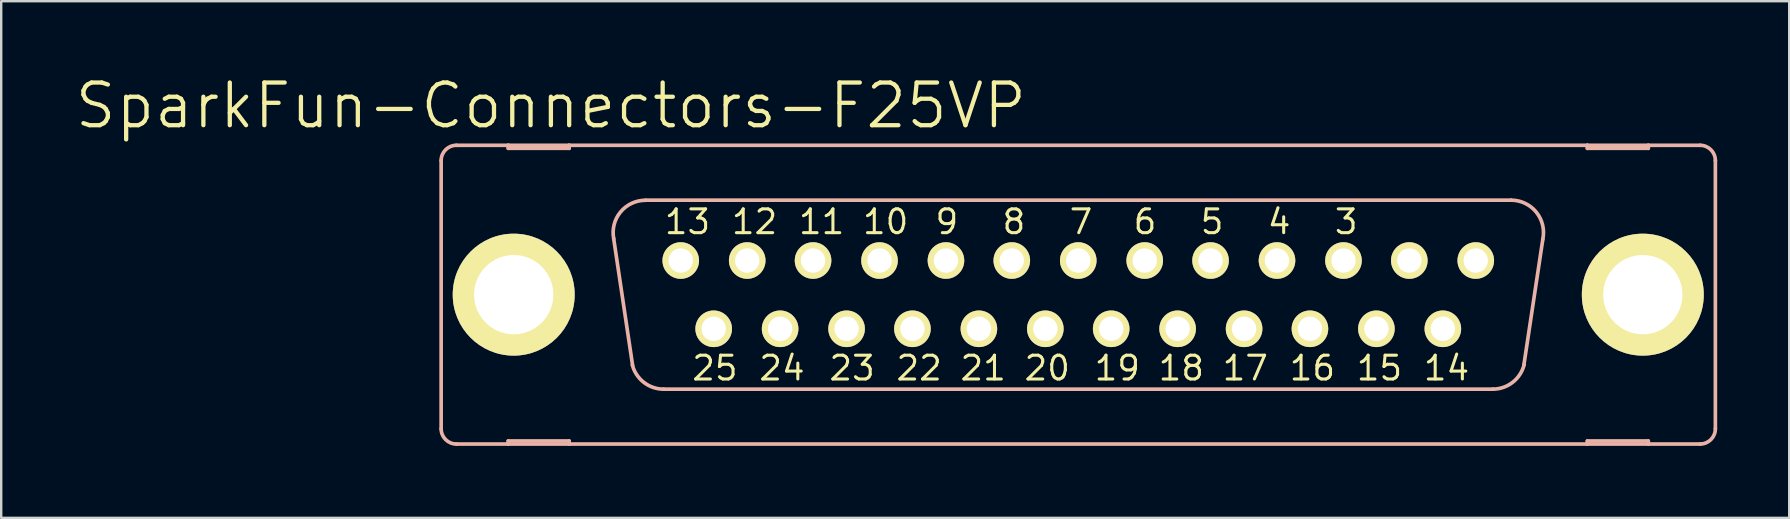
<source format=kicad_pcb>
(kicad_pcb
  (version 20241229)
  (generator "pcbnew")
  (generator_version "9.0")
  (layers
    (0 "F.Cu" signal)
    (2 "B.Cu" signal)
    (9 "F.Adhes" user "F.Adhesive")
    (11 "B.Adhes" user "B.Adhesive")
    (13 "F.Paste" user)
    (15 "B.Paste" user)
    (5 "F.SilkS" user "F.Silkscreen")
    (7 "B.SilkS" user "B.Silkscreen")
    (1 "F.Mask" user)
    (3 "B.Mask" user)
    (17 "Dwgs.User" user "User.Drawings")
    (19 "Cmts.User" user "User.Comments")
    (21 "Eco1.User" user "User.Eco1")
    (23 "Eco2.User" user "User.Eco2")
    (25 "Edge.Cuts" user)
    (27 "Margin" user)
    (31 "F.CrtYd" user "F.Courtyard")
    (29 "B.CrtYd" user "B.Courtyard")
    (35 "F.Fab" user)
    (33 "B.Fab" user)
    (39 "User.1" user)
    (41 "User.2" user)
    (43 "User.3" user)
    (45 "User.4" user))
  (footprint "SparkFun-Connectors-F25VP"
    (layer "F.Cu")
    (at 41.872 9.226)
    (property "Reference" "SparkFun-Connectors-F25VP" (at -21.971 -7.874 0) (layer "F.SilkS") (effects (font (size 1.778 1.778) (thickness 0.178))))
    (attr exclude_from_pos_files exclude_from_bom)
    (fp_circle (center -16.561 -1.422) (end -16.942 -1.803) (stroke (width 0.127) (type solid)) (fill no) (layer "F.SilkS"))
    (fp_circle (center -15.189 1.422) (end -15.57 1.803) (stroke (width 0.127) (type solid)) (fill no) (layer "F.SilkS"))
    (fp_circle (center -13.792 -1.422) (end -14.173 -1.803) (stroke (width 0.127) (type solid)) (fill no) (layer "F.SilkS"))
    (fp_circle (center -12.421 1.422) (end -12.802 1.803) (stroke (width 0.127) (type solid)) (fill no) (layer "F.SilkS"))
    (fp_circle (center -11.049 -1.422) (end -11.43 -1.803) (stroke (width 0.127) (type solid)) (fill no) (layer "F.SilkS"))
    (fp_circle (center -9.652 1.422) (end -10.033 1.803) (stroke (width 0.127) (type solid)) (fill no) (layer "F.SilkS"))
    (fp_circle (center -8.28 -1.422) (end -8.661 -1.803) (stroke (width 0.127) (type solid)) (fill no) (layer "F.SilkS"))
    (fp_circle (center -6.909 1.422) (end -7.29 1.803) (stroke (width 0.127) (type solid)) (fill no) (layer "F.SilkS"))
    (fp_circle (center -5.512 -1.422) (end -5.893 -1.803) (stroke (width 0.127) (type solid)) (fill no) (layer "F.SilkS"))
    (fp_circle (center -4.14 1.422) (end -4.521 1.803) (stroke (width 0.127) (type solid)) (fill no) (layer "F.SilkS"))
    (fp_circle (center -2.769 -1.422) (end -3.15 -1.803) (stroke (width 0.127) (type solid)) (fill no) (layer "F.SilkS"))
    (fp_circle (center -1.372 1.422) (end -1.753 1.803) (stroke (width 0.127) (type solid)) (fill no) (layer "F.SilkS"))
    (fp_circle (center 0 -1.422) (end -0.381 -1.803) (stroke (width 0.127) (type solid)) (fill no) (layer "F.SilkS"))
    (fp_circle (center 1.372 1.422) (end 1.753 1.803) (stroke (width 0.127) (type solid)) (fill no) (layer "F.SilkS"))
    (fp_circle (center 2.769 -1.422) (end 3.15 -1.803) (stroke (width 0.127) (type solid)) (fill no) (layer "F.SilkS"))
    (fp_circle (center 4.14 1.422) (end 4.521 1.803) (stroke (width 0.127) (type solid)) (fill no) (layer "F.SilkS"))
    (fp_circle (center 5.512 -1.422) (end 5.893 -1.803) (stroke (width 0.127) (type solid)) (fill no) (layer "F.SilkS"))
    (fp_circle (center 6.909 1.422) (end 7.29 1.803) (stroke (width 0.127) (type solid)) (fill no) (layer "F.SilkS"))
    (fp_circle (center 8.28 -1.422) (end 8.661 -1.803) (stroke (width 0.127) (type solid)) (fill no) (layer "F.SilkS"))
    (fp_circle (center 9.652 1.422) (end 10.033 1.803) (stroke (width 0.127) (type solid)) (fill no) (layer "F.SilkS"))
    (fp_circle (center 11.049 -1.422) (end 11.43 -1.803) (stroke (width 0.127) (type solid)) (fill no) (layer "F.SilkS"))
    (fp_circle (center 12.421 1.422) (end 12.802 1.803) (stroke (width 0.127) (type solid)) (fill no) (layer "F.SilkS"))
    (fp_circle (center 13.792 -1.422) (end 14.173 -1.803) (stroke (width 0.127) (type solid)) (fill no) (layer "F.SilkS"))
    (fp_circle (center 15.189 1.422) (end 15.57 1.803) (stroke (width 0.127) (type solid)) (fill no) (layer "F.SilkS"))
    (fp_circle (center 16.561 -1.422) (end 16.942 -1.803) (stroke (width 0.127) (type solid)) (fill no) (layer "F.SilkS"))
    (fp_line (start -26.543 -5.588) (end -26.543 5.588) (stroke (width 0.152) (type solid)) (layer "B.SilkS"))
    (fp_line (start -25.908 6.223) (end -23.749 6.223) (stroke (width 0.152) (type solid)) (layer "B.SilkS"))
    (fp_line (start -23.749 -6.223) (end -25.908 -6.223) (stroke (width 0.152) (type solid)) (layer "B.SilkS"))
    (fp_line (start -23.749 -6.223) (end -23.749 -6.096) (stroke (width 0.152) (type solid)) (layer "B.SilkS"))
    (fp_line (start -23.749 -6.096) (end -21.209 -6.096) (stroke (width 0.152) (type solid)) (layer "B.SilkS"))
    (fp_line (start -23.749 6.096) (end -21.209 6.096) (stroke (width 0.152) (type solid)) (layer "B.SilkS"))
    (fp_line (start -23.749 6.223) (end -23.749 6.096) (stroke (width 0.152) (type solid)) (layer "B.SilkS"))
    (fp_line (start -23.749 6.223) (end -21.209 6.223) (stroke (width 0.152) (type solid)) (layer "B.SilkS"))
    (fp_line (start -21.209 -6.223) (end -23.749 -6.223) (stroke (width 0.152) (type solid)) (layer "B.SilkS"))
    (fp_line (start -21.209 -6.096) (end -21.209 -6.223) (stroke (width 0.152) (type solid)) (layer "B.SilkS"))
    (fp_line (start -21.209 6.096) (end -21.209 6.223) (stroke (width 0.152) (type solid)) (layer "B.SilkS"))
    (fp_line (start -21.209 6.223) (end 21.209 6.223) (stroke (width 0.152) (type solid)) (layer "B.SilkS"))
    (fp_line (start -18.567 2.946) (end -19.355 -2.337) (stroke (width 0.152) (type solid)) (layer "B.SilkS"))
    (fp_line (start -18.034 -3.937) (end 18.034 -3.937) (stroke (width 0.152) (type solid)) (layer "B.SilkS"))
    (fp_line (start -17.272 3.937) (end 17.272 3.937) (stroke (width 0.152) (type solid)) (layer "B.SilkS"))
    (fp_line (start 19.355 -2.311) (end 18.567 2.921) (stroke (width 0.152) (type solid)) (layer "B.SilkS"))
    (fp_line (start 21.209 -6.223) (end -21.209 -6.223) (stroke (width 0.152) (type solid)) (layer "B.SilkS"))
    (fp_line (start 21.209 -6.223) (end 21.209 -6.096) (stroke (width 0.152) (type solid)) (layer "B.SilkS"))
    (fp_line (start 21.209 -6.096) (end 23.749 -6.096) (stroke (width 0.152) (type solid)) (layer "B.SilkS"))
    (fp_line (start 21.209 6.096) (end 23.749 6.096) (stroke (width 0.152) (type solid)) (layer "B.SilkS"))
    (fp_line (start 21.209 6.223) (end 21.209 6.096) (stroke (width 0.152) (type solid)) (layer "B.SilkS"))
    (fp_line (start 21.209 6.223) (end 23.749 6.223) (stroke (width 0.152) (type solid)) (layer "B.SilkS"))
    (fp_line (start 23.749 -6.223) (end 21.209 -6.223) (stroke (width 0.152) (type solid)) (layer "B.SilkS"))
    (fp_line (start 23.749 -6.096) (end 23.749 -6.223) (stroke (width 0.152) (type solid)) (layer "B.SilkS"))
    (fp_line (start 23.749 6.096) (end 23.749 6.223) (stroke (width 0.152) (type solid)) (layer "B.SilkS"))
    (fp_line (start 23.749 6.223) (end 25.908 6.223) (stroke (width 0.152) (type solid)) (layer "B.SilkS"))
    (fp_line (start 25.908 -6.223) (end 23.749 -6.223) (stroke (width 0.152) (type solid)) (layer "B.SilkS"))
    (fp_line (start 26.543 -5.588) (end 26.543 5.588) (stroke (width 0.152) (type solid)) (layer "B.SilkS"))
    (fp_arc (start -26.543 -5.588) (mid -26.357013 -6.037013) (end -25.908 -6.223) (stroke (width 0.1524) (type solid)) (layer "B.SilkS"))
    (fp_arc (start -25.908 6.223) (mid -26.357013 6.037013) (end -26.543 5.588) (stroke (width 0.1524) (type solid)) (layer "B.SilkS"))
    (fp_arc (start -19.35226 -2.32664) (mid -19.072158 -3.441772) (end -18.03224 -3.932229) (stroke (width 0.1524) (type solid)) (layer "B.SilkS"))
    (fp_arc (start -17.272 3.937) (mid -18.096791 3.655415) (end -18.577188 2.928236) (stroke (width 0.1524) (type solid)) (layer "B.SilkS"))
    (fp_arc (start 18.034 -3.937) (mid 19.083648 -3.435219) (end 19.35228 -2.303238) (stroke (width 0.1524) (type solid)) (layer "B.SilkS"))
    (fp_arc (start 18.5801 2.90322) (mid 18.104662 3.646284) (end 17.271518 3.936211) (stroke (width 0.1524) (type solid)) (layer "B.SilkS"))
    (fp_arc (start 25.908 -6.223) (mid 26.357013 -6.037013) (end 26.543 -5.588) (stroke (width 0.1524) (type solid)) (layer "B.SilkS"))
    (fp_arc (start 26.543 5.588) (mid 26.357013 6.037013) (end 25.908 6.223) (stroke (width 0.1524) (type solid)) (layer "B.SilkS"))
    (fp_circle (center -23.52 0) (end -24.346 0.826) (stroke (width 0.076) (type solid)) (fill no) (layer "B.SilkS"))
    (fp_circle (center 23.52 0) (end 24.346 0.826) (stroke (width 0.076) (type solid)) (fill no) (layer "B.SilkS"))
    (fp_text user "16" (at 9.754 3.061 0) (layer "F.SilkS") (effects (font (size 0.991 0.991) (thickness 0.127))))
    (fp_text user "19" (at 1.626 3.061 0) (layer "F.SilkS") (effects (font (size 0.991 0.991) (thickness 0.127))))
    (fp_text user "10" (at -8.026 -3.035 0) (layer "F.SilkS") (effects (font (size 0.991 0.991) (thickness 0.127))))
    (fp_text user "8" (at -2.68 -3.035 0) (layer "F.SilkS") (effects (font (size 0.991 0.991) (thickness 0.127))))
    (fp_text user "15" (at 12.548 3.061 0) (layer "F.SilkS") (effects (font (size 0.991 0.991) (thickness 0.127))))
    (fp_text user "20" (at -1.293 3.061 0) (layer "F.SilkS") (effects (font (size 0.991 0.991) (thickness 0.127))))
    (fp_text user "23" (at -9.423 3.061 0) (layer "F.SilkS") (effects (font (size 0.991 0.991) (thickness 0.127))))
    (fp_text user "17" (at 6.96 3.061 0) (layer "F.SilkS") (effects (font (size 0.991 0.991) (thickness 0.127))))
    (fp_text user "12" (at -13.487 -3.035 0) (layer "F.SilkS") (effects (font (size 0.991 0.991) (thickness 0.127))))
    (fp_text user "6" (at 2.781 -3.035 0) (layer "F.SilkS") (effects (font (size 0.991 0.991) (thickness 0.127))))
    (fp_text user "5" (at 5.575 -3.035 0) (layer "F.SilkS") (effects (font (size 0.991 0.991) (thickness 0.127))))
    (fp_text user "3" (at 11.163 -3.035 0) (layer "F.SilkS") (effects (font (size 0.991 0.991) (thickness 0.127))))
    (fp_text user "13" (at -16.281 -3.035 0) (layer "F.SilkS") (effects (font (size 0.991 0.991) (thickness 0.127))))
    (fp_text user "21" (at -3.962 3.061 0) (layer "F.SilkS") (effects (font (size 0.991 0.991) (thickness 0.127))))
    (fp_text user "7" (at 0.114 -3.035 0) (layer "F.SilkS") (effects (font (size 0.991 0.991) (thickness 0.127))))
    (fp_text user "18" (at 4.293 3.061 0) (layer "F.SilkS") (effects (font (size 0.991 0.991) (thickness 0.127))))
    (fp_text user "22" (at -6.629 3.061 0) (layer "F.SilkS") (effects (font (size 0.991 0.991) (thickness 0.127))))
    (fp_text user "14" (at 15.342 3.061 0) (layer "F.SilkS") (effects (font (size 0.991 0.991) (thickness 0.127))))
    (fp_text user "25" (at -15.138 3.061 0) (layer "F.SilkS") (effects (font (size 0.991 0.991) (thickness 0.127))))
    (fp_text user "11" (at -10.693 -3.035 0) (layer "F.SilkS") (effects (font (size 0.991 0.991) (thickness 0.127))))
    (fp_text user "24" (at -12.344 3.061 0) (layer "F.SilkS") (effects (font (size 0.991 0.991) (thickness 0.127))))
    (fp_text user "4" (at 8.369 -3.035 0) (layer "F.SilkS") (effects (font (size 0.991 0.991) (thickness 0.127))))
    (fp_text user "9" (at -5.474 -3.035 0) (layer "F.SilkS") (effects (font (size 0.991 0.991) (thickness 0.127))))
    (pad "1" thru_hole circle (at 16.561 -1.422) (size 1.524 1.524) (drill 1.016) (layers "*.Cu" "F.Mask" "F.SilkS" "F.Paste"))
    (pad "2" thru_hole circle (at 13.792 -1.422) (size 1.524 1.524) (drill 1.016) (layers "*.Cu" "F.Mask" "F.SilkS" "F.Paste"))
    (pad "3" thru_hole circle (at 11.049 -1.422) (size 1.524 1.524) (drill 1.016) (layers "*.Cu" "F.Mask" "F.SilkS" "F.Paste"))
    (pad "4" thru_hole circle (at 8.28 -1.422) (size 1.524 1.524) (drill 1.016) (layers "*.Cu" "F.Mask" "F.SilkS" "F.Paste"))
    (pad "5" thru_hole circle (at 5.512 -1.422) (size 1.524 1.524) (drill 1.016) (layers "*.Cu" "F.Mask" "F.SilkS" "F.Paste"))
    (pad "6" thru_hole circle (at 2.769 -1.422) (size 1.524 1.524) (drill 1.016) (layers "*.Cu" "F.Mask" "F.SilkS" "F.Paste"))
    (pad "7" thru_hole circle (at 0 -1.422) (size 1.524 1.524) (drill 1.016) (layers "*.Cu" "F.Mask" "F.SilkS" "F.Paste"))
    (pad "8" thru_hole circle (at -2.769 -1.422) (size 1.524 1.524) (drill 1.016) (layers "*.Cu" "F.Mask" "F.SilkS" "F.Paste"))
    (pad "9" thru_hole circle (at -5.512 -1.422) (size 1.524 1.524) (drill 1.016) (layers "*.Cu" "F.Mask" "F.SilkS" "F.Paste"))
    (pad "10" thru_hole circle (at -8.28 -1.422) (size 1.524 1.524) (drill 1.016) (layers "*.Cu" "F.Mask" "F.SilkS" "F.Paste"))
    (pad "11" thru_hole circle (at -11.049 -1.422) (size 1.524 1.524) (drill 1.016) (layers "*.Cu" "F.Mask" "F.SilkS" "F.Paste"))
    (pad "12" thru_hole circle (at -13.792 -1.422) (size 1.524 1.524) (drill 1.016) (layers "*.Cu" "F.Mask" "F.SilkS" "F.Paste"))
    (pad "13" thru_hole circle (at -16.561 -1.422) (size 1.524 1.524) (drill 1.016) (layers "*.Cu" "F.Mask" "F.SilkS" "F.Paste"))
    (pad "14" thru_hole circle (at 15.189 1.422) (size 1.524 1.524) (drill 1.016) (layers "*.Cu" "F.Mask" "F.SilkS" "F.Paste"))
    (pad "15" thru_hole circle (at 12.421 1.422) (size 1.524 1.524) (drill 1.016) (layers "*.Cu" "F.Mask" "F.SilkS" "F.Paste"))
    (pad "16" thru_hole circle (at 9.652 1.422) (size 1.524 1.524) (drill 1.016) (layers "*.Cu" "F.Mask" "F.SilkS" "F.Paste"))
    (pad "17" thru_hole circle (at 6.909 1.422) (size 1.524 1.524) (drill 1.016) (layers "*.Cu" "F.Mask" "F.SilkS" "F.Paste"))
    (pad "18" thru_hole circle (at 4.14 1.422) (size 1.524 1.524) (drill 1.016) (layers "*.Cu" "F.Mask" "F.SilkS" "F.Paste"))
    (pad "19" thru_hole circle (at 1.372 1.422) (size 1.524 1.524) (drill 1.016) (layers "*.Cu" "F.Mask" "F.SilkS" "F.Paste"))
    (pad "20" thru_hole circle (at -1.372 1.422) (size 1.524 1.524) (drill 1.016) (layers "*.Cu" "F.Mask" "F.SilkS" "F.Paste"))
    (pad "21" thru_hole circle (at -4.14 1.422) (size 1.524 1.524) (drill 1.016) (layers "*.Cu" "F.Mask" "F.SilkS" "F.Paste"))
    (pad "22" thru_hole circle (at -6.909 1.422) (size 1.524 1.524) (drill 1.016) (layers "*.Cu" "F.Mask" "F.SilkS" "F.Paste"))
    (pad "23" thru_hole circle (at -9.652 1.422) (size 1.524 1.524) (drill 1.016) (layers "*.Cu" "F.Mask" "F.SilkS" "F.Paste"))
    (pad "24" thru_hole circle (at -12.421 1.422) (size 1.524 1.524) (drill 1.016) (layers "*.Cu" "F.Mask" "F.SilkS" "F.Paste"))
    (pad "25" thru_hole circle (at -15.189 1.422) (size 1.524 1.524) (drill 1.016) (layers "*.Cu" "F.Mask" "F.SilkS" "F.Paste"))
    (pad "G1" thru_hole circle (at -23.52 0) (size 5.08 5.08) (drill 3.302) (layers "*.Cu" "F.Mask" "F.SilkS" "F.Paste"))
    (pad "G2" thru_hole circle (at 23.52 0) (size 5.08 5.08) (drill 3.302) (layers "*.Cu" "F.Mask" "F.SilkS" "F.Paste")))
  (gr_rect
    (start -3 -3)
    (end 71.491 18.525)
    (stroke (width 0.1) (type default))
    (fill no)
    (layer "Edge.Cuts")))
</source>
